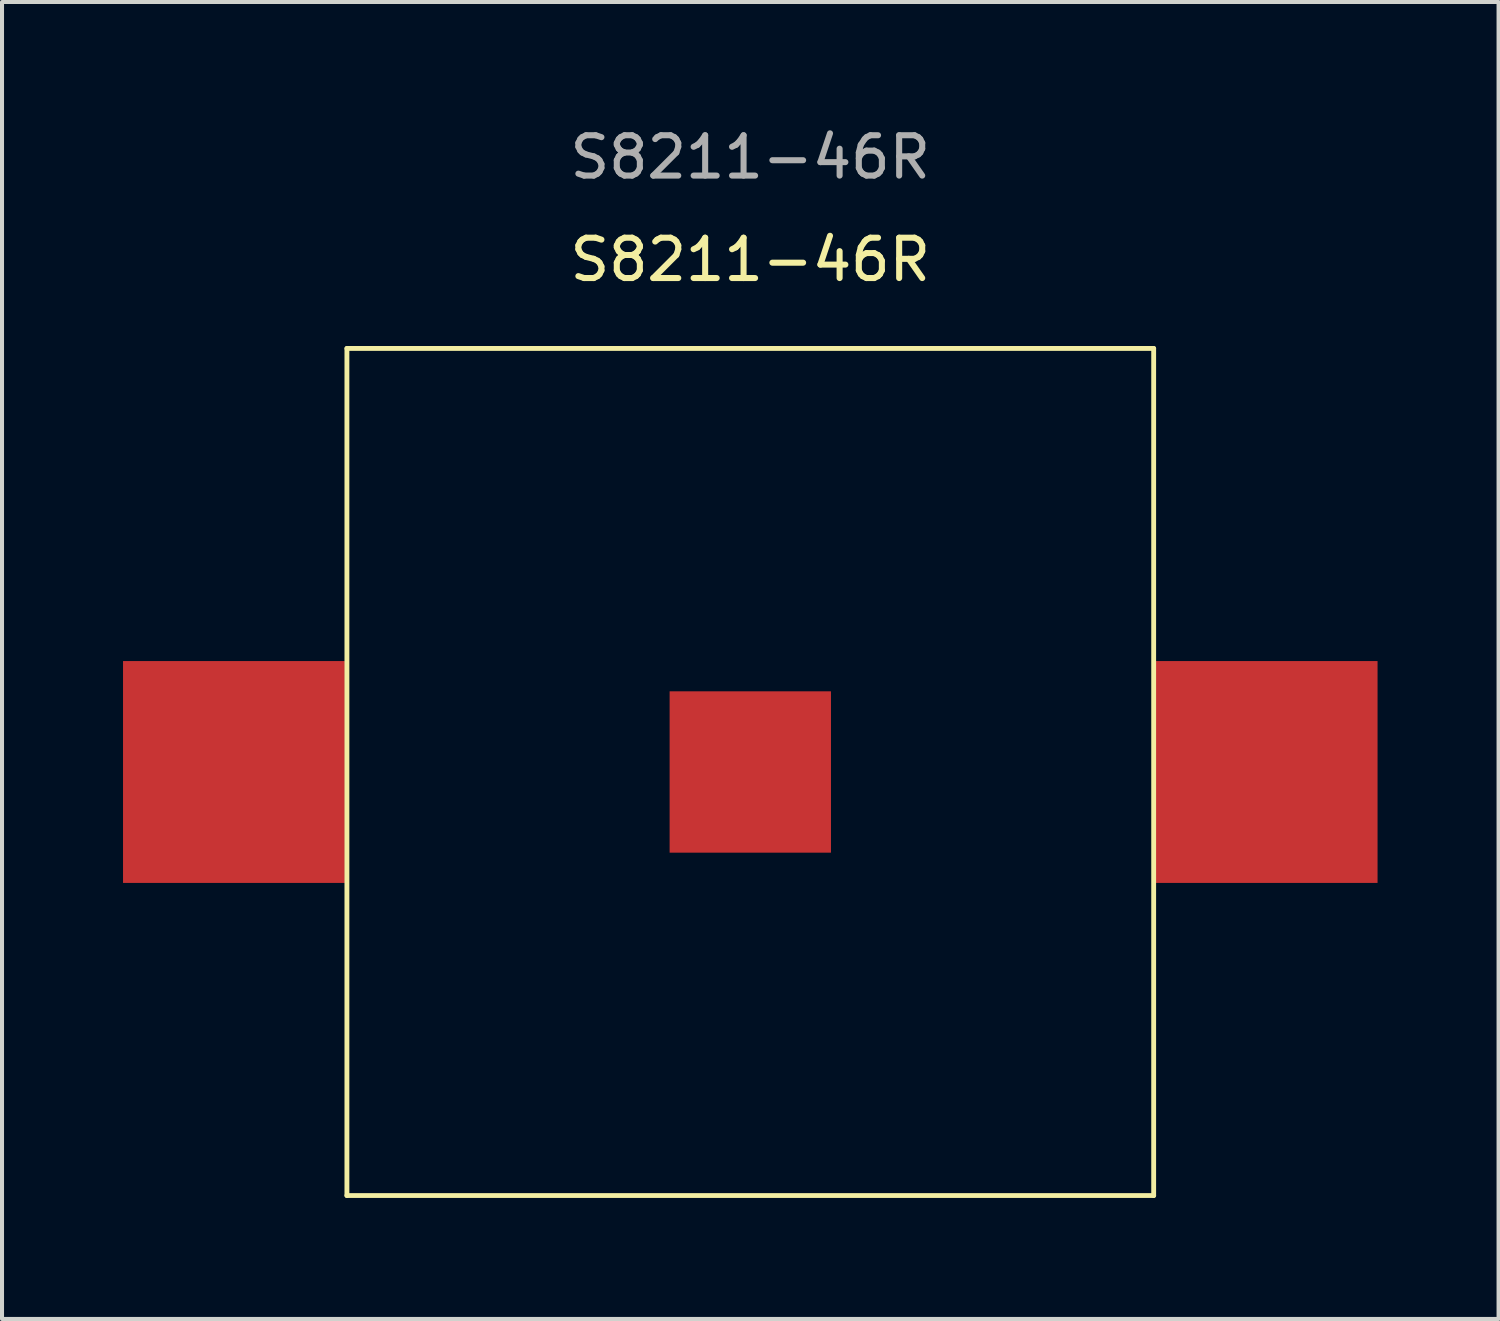
<source format=kicad_pcb>
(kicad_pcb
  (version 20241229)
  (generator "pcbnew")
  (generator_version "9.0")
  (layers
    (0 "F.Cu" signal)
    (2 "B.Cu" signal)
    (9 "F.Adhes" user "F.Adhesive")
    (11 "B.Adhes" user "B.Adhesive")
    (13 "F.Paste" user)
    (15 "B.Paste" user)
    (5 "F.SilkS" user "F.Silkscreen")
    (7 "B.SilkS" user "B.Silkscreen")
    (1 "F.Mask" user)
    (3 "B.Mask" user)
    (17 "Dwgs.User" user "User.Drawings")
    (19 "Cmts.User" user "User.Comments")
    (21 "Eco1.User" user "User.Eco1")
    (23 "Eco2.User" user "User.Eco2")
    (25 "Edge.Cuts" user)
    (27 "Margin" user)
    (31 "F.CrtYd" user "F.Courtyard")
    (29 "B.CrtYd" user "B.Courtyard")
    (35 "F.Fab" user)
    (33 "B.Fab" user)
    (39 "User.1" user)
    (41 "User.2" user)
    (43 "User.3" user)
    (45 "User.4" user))
  (footprint "S8211-46R"
    (layer "F.Cu")
    (at 15.55 16.088)
    (property "Reference" "S8211-46R" (at 0 -12.7 0) (unlocked yes) (layer "F.SilkS") (effects (font (size 1 1) (thickness 0.15))))
    (attr smd)
    (fp_line (start -10 -10.5) (end 10 -10.5) (stroke (width 0.12) (type solid)) (layer "F.SilkS"))
    (fp_line (start -10 10.5) (end -10 -10.5) (stroke (width 0.12) (type solid)) (layer "F.SilkS"))
    (fp_line (start 10 -10.5) (end 10 10.5) (stroke (width 0.12) (type solid)) (layer "F.SilkS"))
    (fp_line (start 10 10.5) (end -10 10.5) (stroke (width 0.12) (type solid)) (layer "F.SilkS"))
    (fp_text user "${REFERENCE}" (at 0 -15.24 0) (unlocked yes) (layer "F.Fab") (effects (font (size 1 1) (thickness 0.15))))
    (pad "1" smd rect (at -12.8 0) (size 5.5 5.5) (layers "F.Cu" "F.Mask" "F.Paste"))
    (pad "1" smd rect (at 12.8 0) (size 5.5 5.5) (layers "F.Cu" "F.Mask" "F.Paste"))
    (pad "2" smd rect (at 0 0) (size 4 4) (layers "F.Cu" "F.Mask" "F.Paste")))
  (gr_rect
    (start -3 -3)
    (end 34.1 29.648)
    (stroke (width 0.1) (type default))
    (fill no)
    (layer "Edge.Cuts")))
</source>
